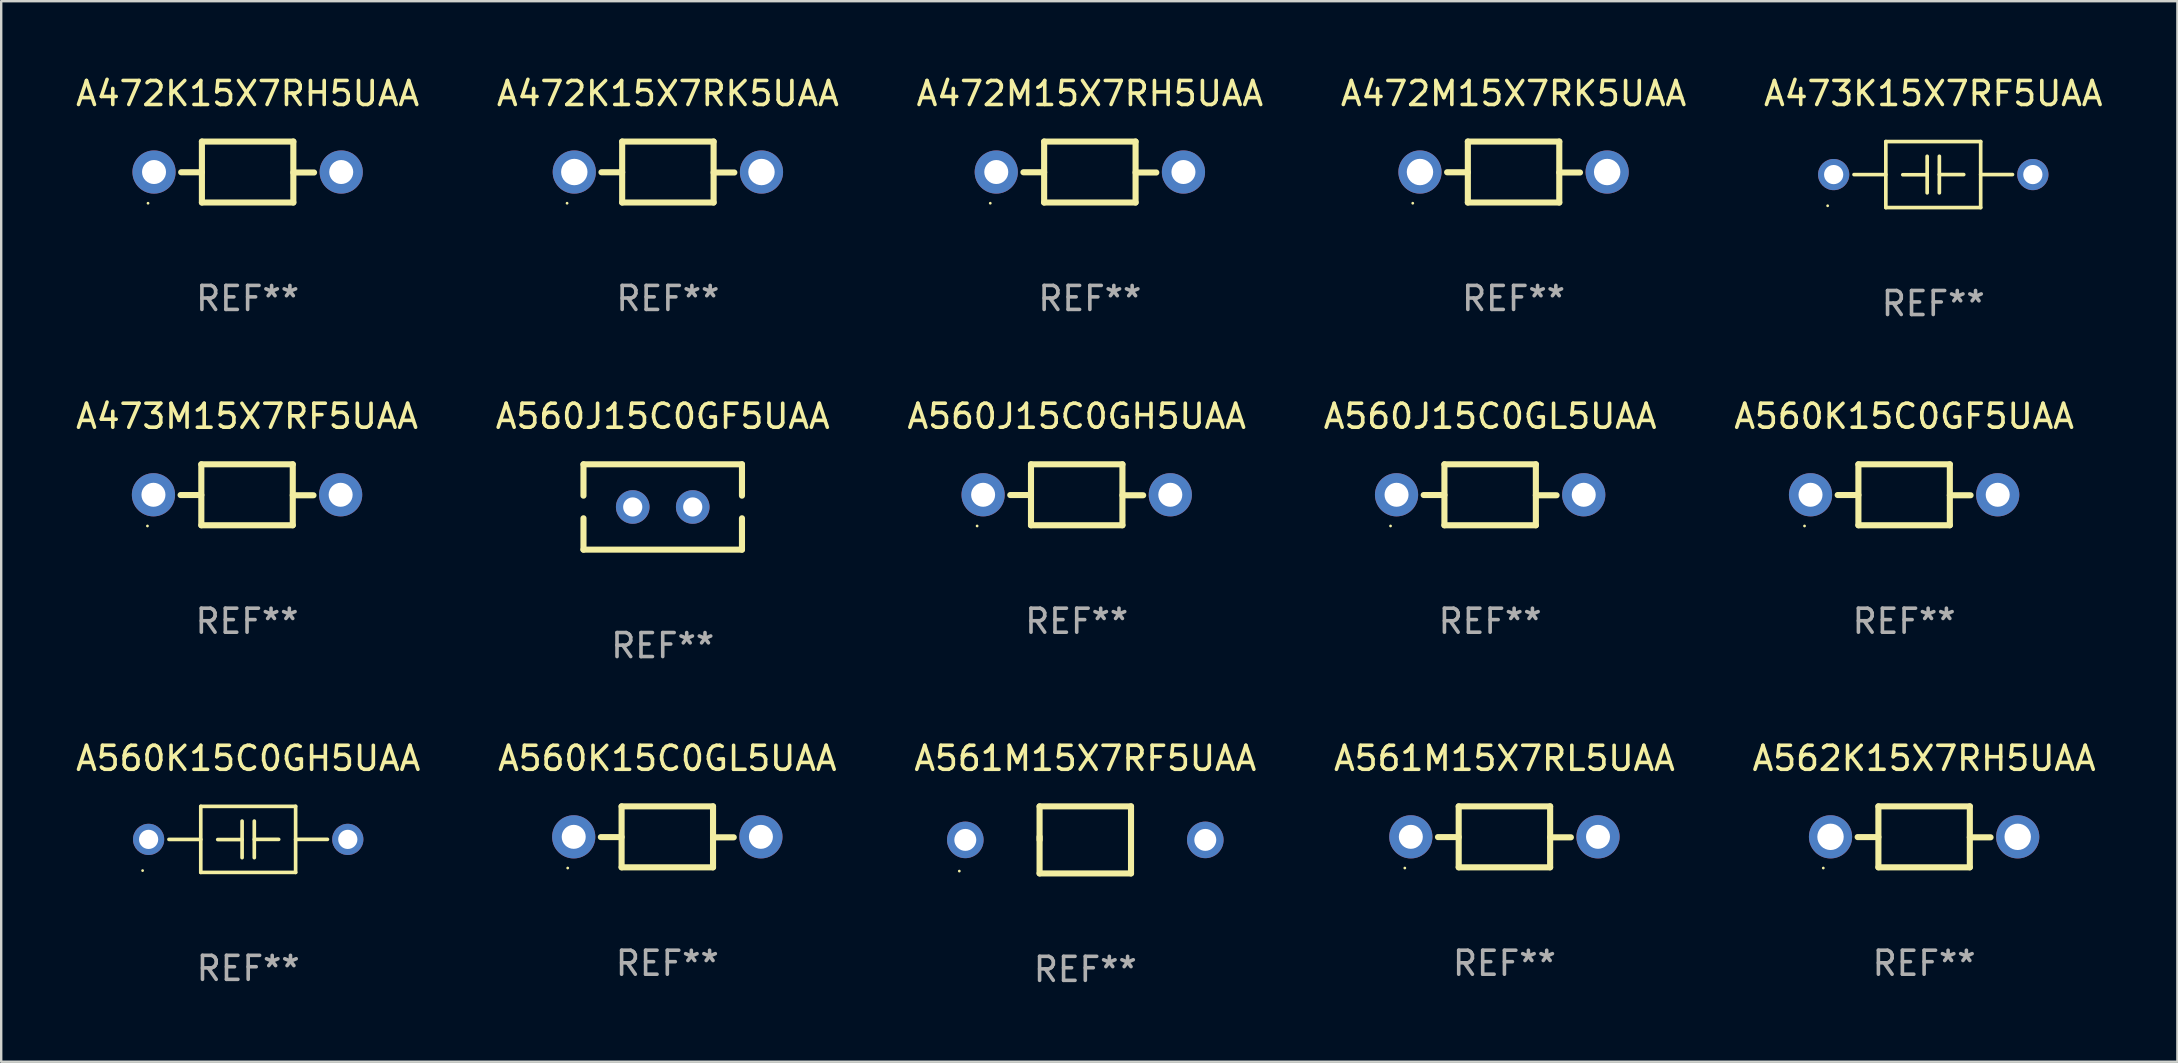
<source format=kicad_pcb>
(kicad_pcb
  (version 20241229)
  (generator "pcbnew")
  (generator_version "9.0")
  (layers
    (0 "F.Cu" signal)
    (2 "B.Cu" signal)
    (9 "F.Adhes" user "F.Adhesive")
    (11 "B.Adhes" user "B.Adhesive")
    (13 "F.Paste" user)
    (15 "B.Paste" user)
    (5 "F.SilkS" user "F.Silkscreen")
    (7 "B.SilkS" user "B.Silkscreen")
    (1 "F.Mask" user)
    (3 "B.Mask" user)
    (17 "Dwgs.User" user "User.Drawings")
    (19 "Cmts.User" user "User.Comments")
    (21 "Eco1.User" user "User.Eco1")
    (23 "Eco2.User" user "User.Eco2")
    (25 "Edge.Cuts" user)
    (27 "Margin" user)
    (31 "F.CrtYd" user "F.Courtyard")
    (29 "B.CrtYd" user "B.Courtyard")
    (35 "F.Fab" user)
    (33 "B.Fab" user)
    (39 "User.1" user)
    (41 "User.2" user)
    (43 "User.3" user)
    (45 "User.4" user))
  (footprint "A472K15X7RK5UAA"
    (layer "F.Cu")
    (at 24.78 4.118)
    (property "Reference" "A472K15X7RK5UAA" (at 0 -3.27 0) (layer "F.SilkS") (effects (font (size 1 1) (thickness 0.15))))
    (attr through_hole)
    (fp_line (start -1.905 -1.27) (end -1.905 1.27) (stroke (width 0.254) (type solid)) (layer "F.SilkS"))
    (fp_line (start -1.905 0.01) (end -2.769 0.01) (stroke (width 0.254) (type solid)) (layer "F.SilkS"))
    (fp_line (start -1.905 1.27) (end 1.905 1.27) (stroke (width 0.254) (type solid)) (layer "F.SilkS"))
    (fp_line (start 1.905 -1.27) (end -1.905 -1.27) (stroke (width 0.254) (type solid)) (layer "F.SilkS"))
    (fp_line (start 1.905 0.02) (end 2.769 0.02) (stroke (width 0.254) (type solid)) (layer "F.SilkS"))
    (fp_line (start 1.905 1.27) (end 1.905 -1.27) (stroke (width 0.254) (type solid)) (layer "F.SilkS"))
    (fp_circle (center -4.201 1.3) (end -4.171 1.3) (stroke (width 0.06) (type solid)) (fill no) (layer "F.SilkS"))
    (fp_text user "REF**" (at 0 5.27 0) (layer "F.Fab") (effects (font (size 1 1) (thickness 0.15))))
    (pad "1" thru_hole circle (at -3.9 0) (size 1.8 1.8) (drill 1.1) (layers "*.Cu" "*.Mask"))
    (pad "2" thru_hole circle (at 3.9 0) (size 1.8 1.8) (drill 1.1) (layers "*.Cu" "*.Mask")))
  (footprint "A560K15C0GH5UAA"
    (layer "F.Cu")
    (at 7.292 31.926)
    (property "Reference" "A560K15C0GH5UAA" (at 0 -3.376 0) (layer "F.SilkS") (effects (font (size 1 1) (thickness 0.15))))
    (attr through_hole)
    (fp_line (start -1.976 -1.376) (end 1.976 -1.376) (stroke (width 0.152) (type solid)) (layer "F.SilkS"))
    (fp_line (start -1.976 0.001) (end -3.302 0.001) (stroke (width 0.152) (type solid)) (layer "F.SilkS"))
    (fp_line (start -1.976 1.376) (end -1.976 -1.376) (stroke (width 0.152) (type solid)) (layer "F.SilkS"))
    (fp_line (start -0.254 -0.762) (end -0.254 0.762) (stroke (width 0.152) (type solid)) (layer "F.SilkS"))
    (fp_line (start -0.254 0.007) (end -1.27 0.007) (stroke (width 0.152) (type solid)) (layer "F.SilkS"))
    (fp_line (start 0.254 -0.762) (end 0.254 0.762) (stroke (width 0.152) (type solid)) (layer "F.SilkS"))
    (fp_line (start 0.254 0) (end 1.27 0) (stroke (width 0.152) (type solid)) (layer "F.SilkS"))
    (fp_line (start 1.976 -1.376) (end 1.976 1.376) (stroke (width 0.152) (type solid)) (layer "F.SilkS"))
    (fp_line (start 1.976 -0.001) (end 3.302 -0.001) (stroke (width 0.152) (type solid)) (layer "F.SilkS"))
    (fp_line (start 1.976 1.376) (end -1.976 1.376) (stroke (width 0.152) (type solid)) (layer "F.SilkS"))
    (fp_circle (center -4.4 1.3) (end -4.37 1.3) (stroke (width 0.06) (type solid)) (fill no) (layer "F.SilkS"))
    (fp_text user "REF**" (at 0 5.376 0) (layer "F.Fab") (effects (font (size 1 1) (thickness 0.15))))
    (pad "1" thru_hole circle (at -4.15 0) (size 1.3 1.3) (drill 0.8) (layers "*.Cu" "*.Mask"))
    (pad "2" thru_hole circle (at 4.15 0) (size 1.3 1.3) (drill 0.8) (layers "*.Cu" "*.Mask")))
  (footprint "A561M15X7RF5UAA"
    (layer "F.Cu")
    (at 42.173 31.947)
    (property "Reference" "A561M15X7RF5UAA" (at 0 -3.397 0) (layer "F.SilkS") (effects (font (size 1 1) (thickness 0.15))))
    (attr through_hole)
    (fp_line (start -1.905 -1.397) (end 1.905 -1.397) (stroke (width 0.254) (type solid)) (layer "F.SilkS"))
    (fp_line (start -1.905 0) (end -1.905 -1.397) (stroke (width 0.254) (type solid)) (layer "F.SilkS"))
    (fp_line (start -1.905 1.397) (end -1.905 -0.127) (stroke (width 0.254) (type solid)) (layer "F.SilkS"))
    (fp_line (start 1.905 -1.397) (end 1.905 1.397) (stroke (width 0.254) (type solid)) (layer "F.SilkS"))
    (fp_line (start 1.905 1.397) (end -1.905 1.397) (stroke (width 0.254) (type solid)) (layer "F.SilkS"))
    (fp_circle (center -5.25 1.3) (end -5.22 1.3) (stroke (width 0.06) (type solid)) (fill no) (layer "F.SilkS"))
    (fp_text user "REF**" (at 0 5.397 0) (layer "F.Fab") (effects (font (size 1 1) (thickness 0.15))))
    (pad "1" thru_hole circle (at -5 0) (size 1.524 1.524) (drill 0.914) (layers "*.Cu" "*.Mask"))
    (pad "2" thru_hole circle (at 5 0) (size 1.524 1.524) (drill 0.914) (layers "*.Cu" "*.Mask")))
  (footprint "A473K15X7RF5UAA"
    (layer "F.Cu")
    (at 77.506 4.224)
    (property "Reference" "A473K15X7RF5UAA" (at 0 -3.376 0) (layer "F.SilkS") (effects (font (size 1 1) (thickness 0.15))))
    (attr through_hole)
    (fp_line (start -1.976 -1.376) (end 1.976 -1.376) (stroke (width 0.152) (type solid)) (layer "F.SilkS"))
    (fp_line (start -1.976 0.001) (end -3.302 0.001) (stroke (width 0.152) (type solid)) (layer "F.SilkS"))
    (fp_line (start -1.976 1.376) (end -1.976 -1.376) (stroke (width 0.152) (type solid)) (layer "F.SilkS"))
    (fp_line (start -0.254 -0.762) (end -0.254 0.762) (stroke (width 0.152) (type solid)) (layer "F.SilkS"))
    (fp_line (start -0.254 0.007) (end -1.27 0.007) (stroke (width 0.152) (type solid)) (layer "F.SilkS"))
    (fp_line (start 0.254 -0.762) (end 0.254 0.762) (stroke (width 0.152) (type solid)) (layer "F.SilkS"))
    (fp_line (start 0.254 0) (end 1.27 0) (stroke (width 0.152) (type solid)) (layer "F.SilkS"))
    (fp_line (start 1.976 -1.376) (end 1.976 1.376) (stroke (width 0.152) (type solid)) (layer "F.SilkS"))
    (fp_line (start 1.976 -0.001) (end 3.302 -0.001) (stroke (width 0.152) (type solid)) (layer "F.SilkS"))
    (fp_line (start 1.976 1.376) (end -1.976 1.376) (stroke (width 0.152) (type solid)) (layer "F.SilkS"))
    (fp_circle (center -4.4 1.3) (end -4.37 1.3) (stroke (width 0.06) (type solid)) (fill no) (layer "F.SilkS"))
    (fp_text user "REF**" (at 0 5.376 0) (layer "F.Fab") (effects (font (size 1 1) (thickness 0.15))))
    (pad "1" thru_hole circle (at -4.15 0) (size 1.3 1.3) (drill 0.8) (layers "*.Cu" "*.Mask"))
    (pad "2" thru_hole circle (at 4.15 0) (size 1.3 1.3) (drill 0.8) (layers "*.Cu" "*.Mask")))
  (footprint "A561M15X7RL5UAA"
    (layer "F.Cu")
    (at 59.637 31.82)
    (property "Reference" "A561M15X7RL5UAA" (at 0 -3.27 0) (layer "F.SilkS") (effects (font (size 1 1) (thickness 0.15))))
    (attr through_hole)
    (fp_line (start -1.905 -1.27) (end -1.905 1.27) (stroke (width 0.254) (type solid)) (layer "F.SilkS"))
    (fp_line (start -1.905 0.01) (end -2.769 0.01) (stroke (width 0.254) (type solid)) (layer "F.SilkS"))
    (fp_line (start -1.905 1.27) (end 1.905 1.27) (stroke (width 0.254) (type solid)) (layer "F.SilkS"))
    (fp_line (start 1.905 -1.27) (end -1.905 -1.27) (stroke (width 0.254) (type solid)) (layer "F.SilkS"))
    (fp_line (start 1.905 0.02) (end 2.769 0.02) (stroke (width 0.254) (type solid)) (layer "F.SilkS"))
    (fp_line (start 1.905 1.27) (end 1.905 -1.27) (stroke (width 0.254) (type solid)) (layer "F.SilkS"))
    (fp_circle (center -4.15 1.3) (end -4.12 1.3) (stroke (width 0.06) (type solid)) (fill no) (layer "F.SilkS"))
    (fp_text user "REF**" (at 0 5.27 0) (layer "F.Fab") (effects (font (size 1 1) (thickness 0.15))))
    (pad "1" thru_hole circle (at -3.9 0) (size 1.8 1.8) (drill 1) (layers "*.Cu" "*.Mask"))
    (pad "2" thru_hole circle (at 3.9 0) (size 1.8 1.8) (drill 1) (layers "*.Cu" "*.Mask")))
  (footprint "A472M15X7RH5UAA"
    (layer "F.Cu")
    (at 42.363 4.118)
    (property "Reference" "A472M15X7RH5UAA" (at 0 -3.27 0) (layer "F.SilkS") (effects (font (size 1 1) (thickness 0.15))))
    (attr through_hole)
    (fp_line (start -1.905 -1.27) (end -1.905 1.27) (stroke (width 0.254) (type solid)) (layer "F.SilkS"))
    (fp_line (start -1.905 0.01) (end -2.769 0.01) (stroke (width 0.254) (type solid)) (layer "F.SilkS"))
    (fp_line (start -1.905 1.27) (end 1.905 1.27) (stroke (width 0.254) (type solid)) (layer "F.SilkS"))
    (fp_line (start 1.905 -1.27) (end -1.905 -1.27) (stroke (width 0.254) (type solid)) (layer "F.SilkS"))
    (fp_line (start 1.905 0.02) (end 2.769 0.02) (stroke (width 0.254) (type solid)) (layer "F.SilkS"))
    (fp_line (start 1.905 1.27) (end 1.905 -1.27) (stroke (width 0.254) (type solid)) (layer "F.SilkS"))
    (fp_circle (center -4.15 1.3) (end -4.12 1.3) (stroke (width 0.06) (type solid)) (fill no) (layer "F.SilkS"))
    (fp_text user "REF**" (at 0 5.27 0) (layer "F.Fab") (effects (font (size 1 1) (thickness 0.15))))
    (pad "1" thru_hole circle (at -3.9 0) (size 1.8 1.8) (drill 1) (layers "*.Cu" "*.Mask"))
    (pad "2" thru_hole circle (at 3.9 0) (size 1.8 1.8) (drill 1) (layers "*.Cu" "*.Mask")))
  (footprint "A472K15X7RH5UAA"
    (layer "F.Cu")
    (at 7.268 4.118)
    (property "Reference" "A472K15X7RH5UAA" (at 0 -3.27 0) (layer "F.SilkS") (effects (font (size 1 1) (thickness 0.15))))
    (attr through_hole)
    (fp_line (start -1.905 -1.27) (end -1.905 1.27) (stroke (width 0.254) (type solid)) (layer "F.SilkS"))
    (fp_line (start -1.905 0.01) (end -2.769 0.01) (stroke (width 0.254) (type solid)) (layer "F.SilkS"))
    (fp_line (start -1.905 1.27) (end 1.905 1.27) (stroke (width 0.254) (type solid)) (layer "F.SilkS"))
    (fp_line (start 1.905 -1.27) (end -1.905 -1.27) (stroke (width 0.254) (type solid)) (layer "F.SilkS"))
    (fp_line (start 1.905 0.02) (end 2.769 0.02) (stroke (width 0.254) (type solid)) (layer "F.SilkS"))
    (fp_line (start 1.905 1.27) (end 1.905 -1.27) (stroke (width 0.254) (type solid)) (layer "F.SilkS"))
    (fp_circle (center -4.15 1.3) (end -4.12 1.3) (stroke (width 0.06) (type solid)) (fill no) (layer "F.SilkS"))
    (fp_text user "REF**" (at 0 5.27 0) (layer "F.Fab") (effects (font (size 1 1) (thickness 0.15))))
    (pad "1" thru_hole circle (at -3.9 0) (size 1.8 1.8) (drill 1) (layers "*.Cu" "*.Mask"))
    (pad "2" thru_hole circle (at 3.9 0) (size 1.8 1.8) (drill 1) (layers "*.Cu" "*.Mask")))
  (footprint "A473M15X7RF5UAA"
    (layer "F.Cu")
    (at 7.244 17.567)
    (property "Reference" "A473M15X7RF5UAA" (at 0 -3.27 0) (layer "F.SilkS") (effects (font (size 1 1) (thickness 0.15))))
    (attr through_hole)
    (fp_line (start -1.905 -1.27) (end -1.905 1.27) (stroke (width 0.254) (type solid)) (layer "F.SilkS"))
    (fp_line (start -1.905 0.01) (end -2.769 0.01) (stroke (width 0.254) (type solid)) (layer "F.SilkS"))
    (fp_line (start -1.905 1.27) (end 1.905 1.27) (stroke (width 0.254) (type solid)) (layer "F.SilkS"))
    (fp_line (start 1.905 -1.27) (end -1.905 -1.27) (stroke (width 0.254) (type solid)) (layer "F.SilkS"))
    (fp_line (start 1.905 0.02) (end 2.769 0.02) (stroke (width 0.254) (type solid)) (layer "F.SilkS"))
    (fp_line (start 1.905 1.27) (end 1.905 -1.27) (stroke (width 0.254) (type solid)) (layer "F.SilkS"))
    (fp_circle (center -4.15 1.3) (end -4.12 1.3) (stroke (width 0.06) (type solid)) (fill no) (layer "F.SilkS"))
    (fp_text user "REF**" (at 0 5.27 0) (layer "F.Fab") (effects (font (size 1 1) (thickness 0.15))))
    (pad "1" thru_hole circle (at -3.9 0) (size 1.8 1.8) (drill 1) (layers "*.Cu" "*.Mask"))
    (pad "2" thru_hole circle (at 3.9 0) (size 1.8 1.8) (drill 1) (layers "*.Cu" "*.Mask")))
  (footprint "A560J15C0GL5UAA"
    (layer "F.Cu")
    (at 59.042 17.567)
    (property "Reference" "A560J15C0GL5UAA" (at 0 -3.27 0) (layer "F.SilkS") (effects (font (size 1 1) (thickness 0.15))))
    (attr through_hole)
    (fp_line (start -1.905 -1.27) (end -1.905 1.27) (stroke (width 0.254) (type solid)) (layer "F.SilkS"))
    (fp_line (start -1.905 0.01) (end -2.769 0.01) (stroke (width 0.254) (type solid)) (layer "F.SilkS"))
    (fp_line (start -1.905 1.27) (end 1.905 1.27) (stroke (width 0.254) (type solid)) (layer "F.SilkS"))
    (fp_line (start 1.905 -1.27) (end -1.905 -1.27) (stroke (width 0.254) (type solid)) (layer "F.SilkS"))
    (fp_line (start 1.905 0.02) (end 2.769 0.02) (stroke (width 0.254) (type solid)) (layer "F.SilkS"))
    (fp_line (start 1.905 1.27) (end 1.905 -1.27) (stroke (width 0.254) (type solid)) (layer "F.SilkS"))
    (fp_circle (center -4.15 1.3) (end -4.12 1.3) (stroke (width 0.06) (type solid)) (fill no) (layer "F.SilkS"))
    (fp_text user "REF**" (at 0 5.27 0) (layer "F.Fab") (effects (font (size 1 1) (thickness 0.15))))
    (pad "1" thru_hole circle (at -3.9 0) (size 1.8 1.8) (drill 1) (layers "*.Cu" "*.Mask"))
    (pad "2" thru_hole circle (at 3.9 0) (size 1.8 1.8) (drill 1) (layers "*.Cu" "*.Mask")))
  (footprint "A560J15C0GH5UAA"
    (layer "F.Cu")
    (at 41.815 17.567)
    (property "Reference" "A560J15C0GH5UAA" (at 0 -3.27 0) (layer "F.SilkS") (effects (font (size 1 1) (thickness 0.15))))
    (attr through_hole)
    (fp_line (start -1.905 -1.27) (end -1.905 1.27) (stroke (width 0.254) (type solid)) (layer "F.SilkS"))
    (fp_line (start -1.905 0.01) (end -2.769 0.01) (stroke (width 0.254) (type solid)) (layer "F.SilkS"))
    (fp_line (start -1.905 1.27) (end 1.905 1.27) (stroke (width 0.254) (type solid)) (layer "F.SilkS"))
    (fp_line (start 1.905 -1.27) (end -1.905 -1.27) (stroke (width 0.254) (type solid)) (layer "F.SilkS"))
    (fp_line (start 1.905 0.02) (end 2.769 0.02) (stroke (width 0.254) (type solid)) (layer "F.SilkS"))
    (fp_line (start 1.905 1.27) (end 1.905 -1.27) (stroke (width 0.254) (type solid)) (layer "F.SilkS"))
    (fp_circle (center -4.15 1.3) (end -4.12 1.3) (stroke (width 0.06) (type solid)) (fill no) (layer "F.SilkS"))
    (fp_text user "REF**" (at 0 5.27 0) (layer "F.Fab") (effects (font (size 1 1) (thickness 0.15))))
    (pad "1" thru_hole circle (at -3.9 0) (size 1.8 1.8) (drill 1) (layers "*.Cu" "*.Mask"))
    (pad "2" thru_hole circle (at 3.9 0) (size 1.8 1.8) (drill 1) (layers "*.Cu" "*.Mask")))
  (footprint "A560K15C0GF5UAA"
    (layer "F.Cu")
    (at 76.292 17.567)
    (property "Reference" "A560K15C0GF5UAA" (at 0 -3.27 0) (layer "F.SilkS") (effects (font (size 1 1) (thickness 0.15))))
    (attr through_hole)
    (fp_line (start -1.905 -1.27) (end -1.905 1.27) (stroke (width 0.254) (type solid)) (layer "F.SilkS"))
    (fp_line (start -1.905 0.01) (end -2.769 0.01) (stroke (width 0.254) (type solid)) (layer "F.SilkS"))
    (fp_line (start -1.905 1.27) (end 1.905 1.27) (stroke (width 0.254) (type solid)) (layer "F.SilkS"))
    (fp_line (start 1.905 -1.27) (end -1.905 -1.27) (stroke (width 0.254) (type solid)) (layer "F.SilkS"))
    (fp_line (start 1.905 0.02) (end 2.769 0.02) (stroke (width 0.254) (type solid)) (layer "F.SilkS"))
    (fp_line (start 1.905 1.27) (end 1.905 -1.27) (stroke (width 0.254) (type solid)) (layer "F.SilkS"))
    (fp_circle (center -4.15 1.3) (end -4.12 1.3) (stroke (width 0.06) (type solid)) (fill no) (layer "F.SilkS"))
    (fp_text user "REF**" (at 0 5.27 0) (layer "F.Fab") (effects (font (size 1 1) (thickness 0.15))))
    (pad "1" thru_hole circle (at -3.9 0) (size 1.8 1.8) (drill 1) (layers "*.Cu" "*.Mask"))
    (pad "2" thru_hole circle (at 3.9 0) (size 1.8 1.8) (drill 1) (layers "*.Cu" "*.Mask")))
  (footprint "A562K15X7RH5UAA"
    (layer "F.Cu")
    (at 77.125 31.82)
    (property "Reference" "A562K15X7RH5UAA" (at 0 -3.27 0) (layer "F.SilkS") (effects (font (size 1 1) (thickness 0.15))))
    (attr through_hole)
    (fp_line (start -1.905 -1.27) (end -1.905 1.27) (stroke (width 0.254) (type solid)) (layer "F.SilkS"))
    (fp_line (start -1.905 0.01) (end -2.769 0.01) (stroke (width 0.254) (type solid)) (layer "F.SilkS"))
    (fp_line (start -1.905 1.27) (end 1.905 1.27) (stroke (width 0.254) (type solid)) (layer "F.SilkS"))
    (fp_line (start 1.905 -1.27) (end -1.905 -1.27) (stroke (width 0.254) (type solid)) (layer "F.SilkS"))
    (fp_line (start 1.905 0.02) (end 2.769 0.02) (stroke (width 0.254) (type solid)) (layer "F.SilkS"))
    (fp_line (start 1.905 1.27) (end 1.905 -1.27) (stroke (width 0.254) (type solid)) (layer "F.SilkS"))
    (fp_circle (center -4.201 1.3) (end -4.171 1.3) (stroke (width 0.06) (type solid)) (fill no) (layer "F.SilkS"))
    (fp_text user "REF**" (at 0 5.27 0) (layer "F.Fab") (effects (font (size 1 1) (thickness 0.15))))
    (pad "1" thru_hole circle (at -3.9 0) (size 1.8 1.8) (drill 1.1) (layers "*.Cu" "*.Mask"))
    (pad "2" thru_hole circle (at 3.9 0) (size 1.8 1.8) (drill 1.1) (layers "*.Cu" "*.Mask")))
  (footprint "A472M15X7RK5UAA"
    (layer "F.Cu")
    (at 60.018 4.118)
    (property "Reference" "A472M15X7RK5UAA" (at 0 -3.27 0) (layer "F.SilkS") (effects (font (size 1 1) (thickness 0.15))))
    (attr through_hole)
    (fp_line (start -1.905 -1.27) (end -1.905 1.27) (stroke (width 0.254) (type solid)) (layer "F.SilkS"))
    (fp_line (start -1.905 0.01) (end -2.769 0.01) (stroke (width 0.254) (type solid)) (layer "F.SilkS"))
    (fp_line (start -1.905 1.27) (end 1.905 1.27) (stroke (width 0.254) (type solid)) (layer "F.SilkS"))
    (fp_line (start 1.905 -1.27) (end -1.905 -1.27) (stroke (width 0.254) (type solid)) (layer "F.SilkS"))
    (fp_line (start 1.905 0.02) (end 2.769 0.02) (stroke (width 0.254) (type solid)) (layer "F.SilkS"))
    (fp_line (start 1.905 1.27) (end 1.905 -1.27) (stroke (width 0.254) (type solid)) (layer "F.SilkS"))
    (fp_circle (center -4.201 1.3) (end -4.171 1.3) (stroke (width 0.06) (type solid)) (fill no) (layer "F.SilkS"))
    (fp_text user "REF**" (at 0 5.27 0) (layer "F.Fab") (effects (font (size 1 1) (thickness 0.15))))
    (pad "1" thru_hole circle (at -3.9 0) (size 1.8 1.8) (drill 1.1) (layers "*.Cu" "*.Mask"))
    (pad "2" thru_hole circle (at 3.9 0) (size 1.8 1.8) (drill 1.1) (layers "*.Cu" "*.Mask")))
  (footprint "A560K15C0GL5UAA"
    (layer "F.Cu")
    (at 24.756 31.82)
    (property "Reference" "A560K15C0GL5UAA" (at 0 -3.27 0) (layer "F.SilkS") (effects (font (size 1 1) (thickness 0.15))))
    (attr through_hole)
    (fp_line (start -1.905 -1.27) (end -1.905 1.27) (stroke (width 0.254) (type solid)) (layer "F.SilkS"))
    (fp_line (start -1.905 0.01) (end -2.769 0.01) (stroke (width 0.254) (type solid)) (layer "F.SilkS"))
    (fp_line (start -1.905 1.27) (end 1.905 1.27) (stroke (width 0.254) (type solid)) (layer "F.SilkS"))
    (fp_line (start 1.905 -1.27) (end -1.905 -1.27) (stroke (width 0.254) (type solid)) (layer "F.SilkS"))
    (fp_line (start 1.905 0.02) (end 2.769 0.02) (stroke (width 0.254) (type solid)) (layer "F.SilkS"))
    (fp_line (start 1.905 1.27) (end 1.905 -1.27) (stroke (width 0.254) (type solid)) (layer "F.SilkS"))
    (fp_circle (center -4.15 1.3) (end -4.12 1.3) (stroke (width 0.06) (type solid)) (fill no) (layer "F.SilkS"))
    (fp_text user "REF**" (at 0 5.27 0) (layer "F.Fab") (effects (font (size 1 1) (thickness 0.15))))
    (pad "1" thru_hole circle (at -3.9 0) (size 1.8 1.8) (drill 1) (layers "*.Cu" "*.Mask"))
    (pad "2" thru_hole circle (at 3.9 0) (size 1.8 1.8) (drill 1) (layers "*.Cu" "*.Mask")))
  (footprint "A560J15C0GF5UAA"
    (layer "F.Cu")
    (at 24.565 18.075)
    (property "Reference" "A560J15C0GF5UAA" (at 0 -3.778 0) (layer "F.SilkS") (effects (font (size 1 1) (thickness 0.15))))
    (attr through_hole)
    (fp_line (start -3.302 -1.778) (end 3.302 -1.778) (stroke (width 0.254) (type solid)) (layer "F.SilkS"))
    (fp_line (start -3.302 -0.471) (end -3.302 -1.778) (stroke (width 0.254) (type solid)) (layer "F.SilkS"))
    (fp_line (start -3.302 1.778) (end -3.302 0.471) (stroke (width 0.254) (type solid)) (layer "F.SilkS"))
    (fp_line (start 3.302 -1.778) (end 3.302 -0.471) (stroke (width 0.254) (type solid)) (layer "F.SilkS"))
    (fp_line (start 3.302 0.471) (end 3.302 1.778) (stroke (width 0.254) (type solid)) (layer "F.SilkS"))
    (fp_line (start 3.302 1.778) (end -3.302 1.778) (stroke (width 0.254) (type solid)) (layer "F.SilkS"))
    (fp_circle (center -3.25 1.75) (end -3.22 1.75) (stroke (width 0.06) (type solid)) (fill no) (layer "F.SilkS"))
    (fp_text user "REF**" (at 0 5.778 0) (layer "F.Fab") (effects (font (size 1 1) (thickness 0.15))))
    (pad "1" thru_hole circle (at -1.25 0) (size 1.4 1.4) (drill 0.8) (layers "*.Cu" "*.Mask"))
    (pad "2" thru_hole circle (at 1.25 0) (size 1.4 1.4) (drill 0.8) (layers "*.Cu" "*.Mask")))
  (gr_rect
    (start -3 -3)
    (end 87.679 41.192)
    (stroke (width 0.1) (type default))
    (fill no)
    (layer "Edge.Cuts")))
</source>
